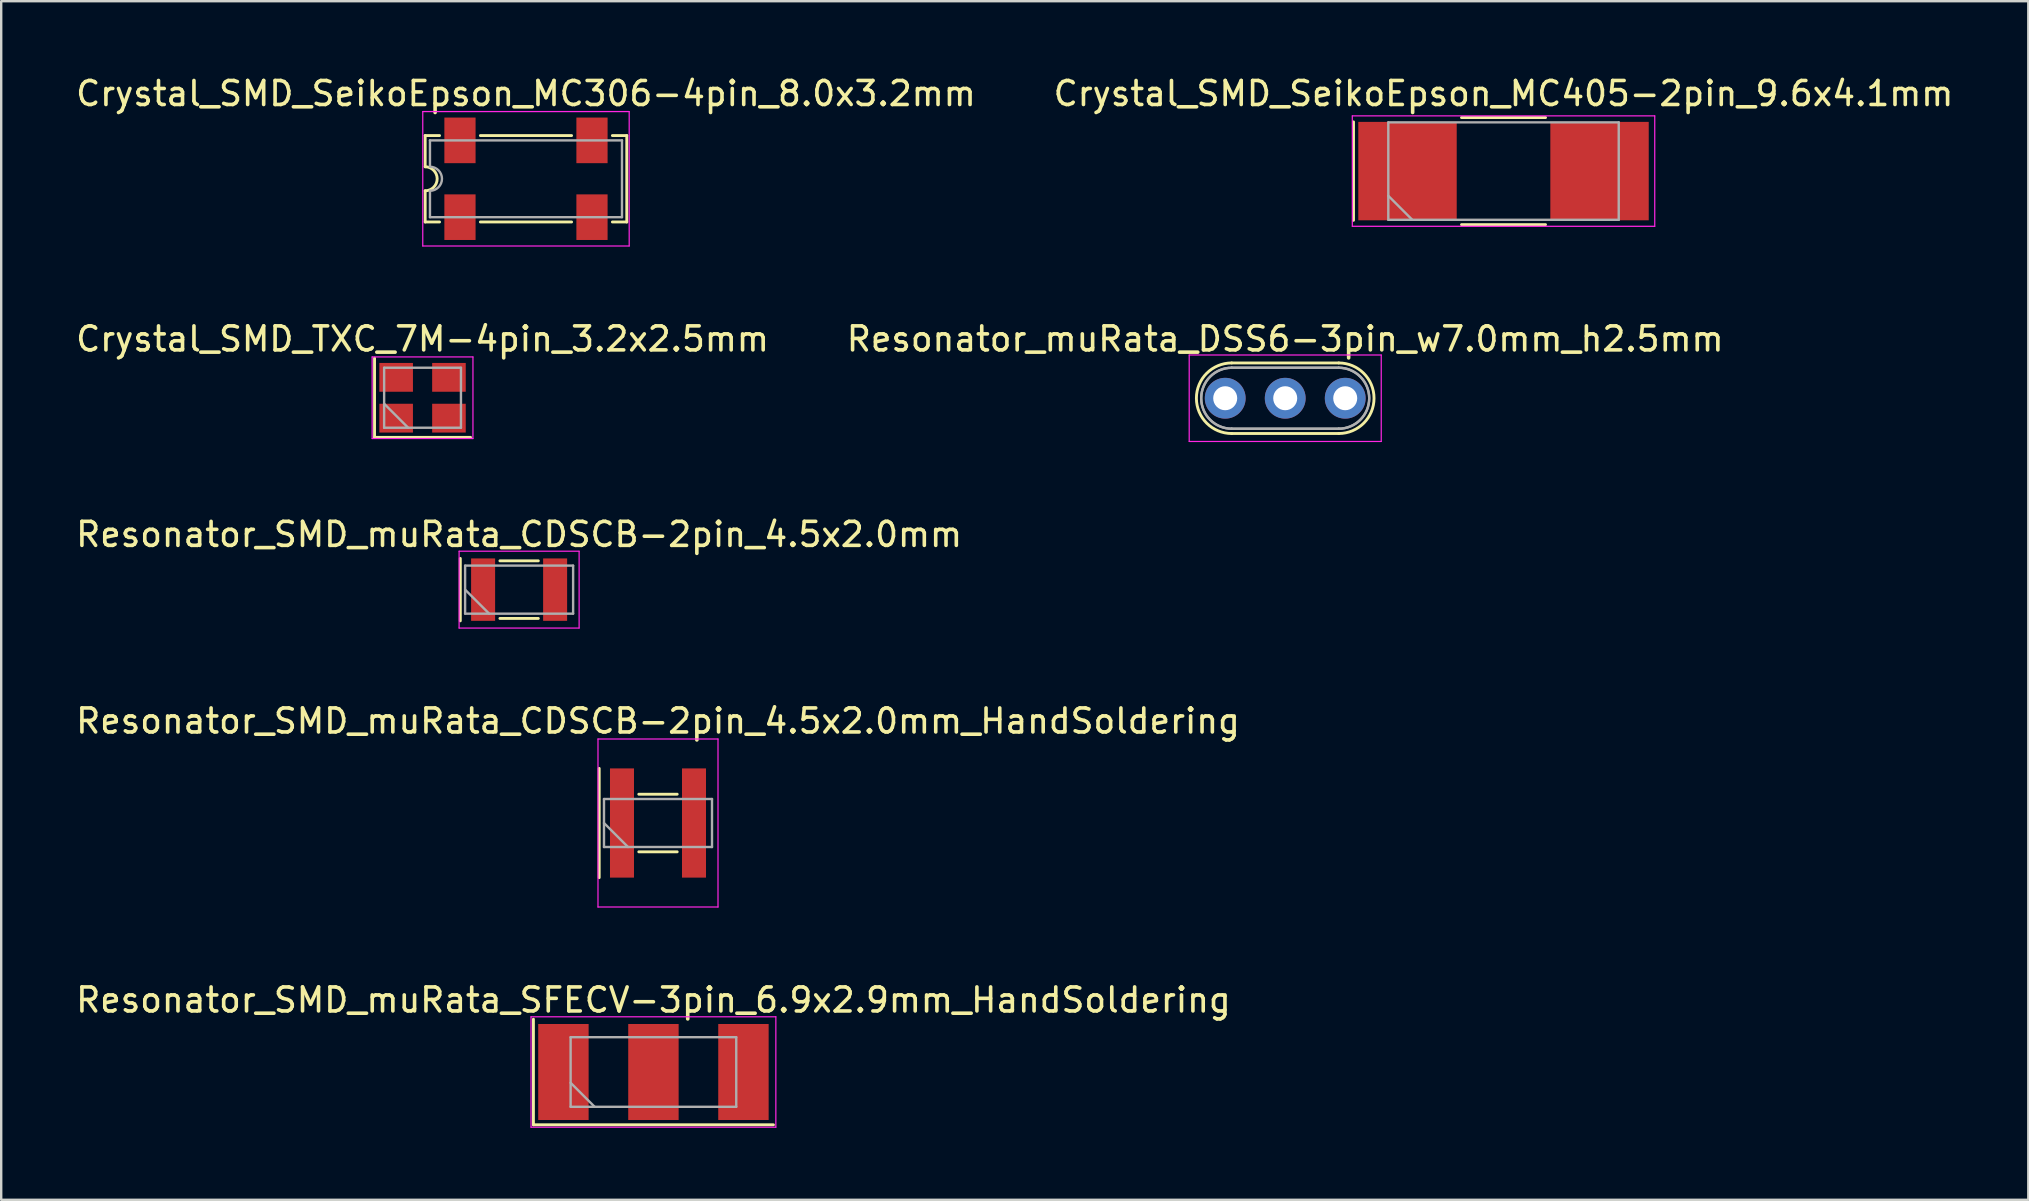
<source format=kicad_pcb>
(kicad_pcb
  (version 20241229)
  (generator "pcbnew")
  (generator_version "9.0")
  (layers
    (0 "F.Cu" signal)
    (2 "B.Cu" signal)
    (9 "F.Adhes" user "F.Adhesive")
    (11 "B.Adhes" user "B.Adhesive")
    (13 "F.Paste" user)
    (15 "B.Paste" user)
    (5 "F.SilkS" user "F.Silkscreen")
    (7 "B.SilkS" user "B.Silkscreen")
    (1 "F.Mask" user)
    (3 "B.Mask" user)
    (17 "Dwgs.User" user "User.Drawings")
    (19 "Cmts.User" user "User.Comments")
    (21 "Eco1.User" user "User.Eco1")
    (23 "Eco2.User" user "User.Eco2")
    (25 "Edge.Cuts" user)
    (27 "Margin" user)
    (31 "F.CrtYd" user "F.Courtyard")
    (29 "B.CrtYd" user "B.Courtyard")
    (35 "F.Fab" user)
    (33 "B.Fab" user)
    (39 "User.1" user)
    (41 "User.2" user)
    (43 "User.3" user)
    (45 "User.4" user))
  (footprint "Resonator_SMD_muRata_CDSCB-2pin_4.5x2.0mm_HandSoldering"
    (layer "F.Cu")
    (at 24.363 31.238)
    (property "Reference" "Resonator_SMD_muRata_CDSCB-2pin_4.5x2.0mm_HandSoldering" (at 0 -4.25 0) (layer "F.SilkS") (effects (font (size 1 1) (thickness 0.15))))
    (attr smd)
    (fp_line (start -2.45 -2.275) (end -2.45 2.275) (stroke (width 0.12) (type solid)) (layer "F.SilkS"))
    (fp_line (start -0.8 -1.2) (end 0.8 -1.2) (stroke (width 0.12) (type solid)) (layer "F.SilkS"))
    (fp_line (start -0.8 1.2) (end 0.8 1.2) (stroke (width 0.12) (type solid)) (layer "F.SilkS"))
    (fp_line (start -2.5 -3.5) (end -2.5 3.5) (stroke (width 0.05) (type solid)) (layer "F.CrtYd"))
    (fp_line (start -2.5 3.5) (end 2.5 3.5) (stroke (width 0.05) (type solid)) (layer "F.CrtYd"))
    (fp_line (start 2.5 -3.5) (end -2.5 -3.5) (stroke (width 0.05) (type solid)) (layer "F.CrtYd"))
    (fp_line (start 2.5 3.5) (end 2.5 -3.5) (stroke (width 0.05) (type solid)) (layer "F.CrtYd"))
    (fp_line (start -2.25 -1) (end -2.25 1) (stroke (width 0.1) (type solid)) (layer "F.Fab"))
    (fp_line (start -2.25 0) (end -1.25 1) (stroke (width 0.1) (type solid)) (layer "F.Fab"))
    (fp_line (start -2.25 1) (end 2.25 1) (stroke (width 0.1) (type solid)) (layer "F.Fab"))
    (fp_line (start 2.25 -1) (end -2.25 -1) (stroke (width 0.1) (type solid)) (layer "F.Fab"))
    (fp_line (start 2.25 1) (end 2.25 -1) (stroke (width 0.1) (type solid)) (layer "F.Fab"))
    (pad "1" smd rect (at -1.5 0) (size 1 4.55) (layers "F.Cu" "F.Mask"))
    (pad "2" smd rect (at 1.5 0) (size 1 4.55) (layers "F.Cu" "F.Mask")))
  (footprint "Resonator_SMD_muRata_SFECV-3pin_6.9x2.9mm_HandSoldering"
    (layer "F.Cu")
    (at 24.173 41.611)
    (property "Reference" "Resonator_SMD_muRata_SFECV-3pin_6.9x2.9mm_HandSoldering" (at 0 -3 0) (layer "F.SilkS") (effects (font (size 1 1) (thickness 0.15))))
    (attr smd)
    (fp_line (start -5 -2.2) (end -5 2.2) (stroke (width 0.12) (type solid)) (layer "F.SilkS"))
    (fp_line (start -5 2.2) (end 5 2.2) (stroke (width 0.12) (type solid)) (layer "F.SilkS"))
    (fp_line (start -5.1 -2.3) (end -5.1 2.3) (stroke (width 0.05) (type solid)) (layer "F.CrtYd"))
    (fp_line (start -5.1 2.3) (end 5.1 2.3) (stroke (width 0.05) (type solid)) (layer "F.CrtYd"))
    (fp_line (start 5.1 -2.3) (end -5.1 -2.3) (stroke (width 0.05) (type solid)) (layer "F.CrtYd"))
    (fp_line (start 5.1 2.3) (end 5.1 -2.3) (stroke (width 0.05) (type solid)) (layer "F.CrtYd"))
    (fp_line (start -3.45 -1.45) (end -3.45 1.45) (stroke (width 0.1) (type solid)) (layer "F.Fab"))
    (fp_line (start -3.45 0.45) (end -2.45 1.45) (stroke (width 0.1) (type solid)) (layer "F.Fab"))
    (fp_line (start -3.45 1.45) (end 3.45 1.45) (stroke (width 0.1) (type solid)) (layer "F.Fab"))
    (fp_line (start 3.45 -1.45) (end -3.45 -1.45) (stroke (width 0.1) (type solid)) (layer "F.Fab"))
    (fp_line (start 3.45 1.45) (end 3.45 -1.45) (stroke (width 0.1) (type solid)) (layer "F.Fab"))
    (pad "1" smd rect (at -3.75 0) (size 2.1 4) (layers "F.Cu" "F.Mask"))
    (pad "2" smd rect (at 0 0) (size 2.1 4) (layers "F.Cu" "F.Mask"))
    (pad "3" smd rect (at 3.75 0) (size 2.1 4) (layers "F.Cu" "F.Mask")))
  (footprint "Crystal_SMD_TXC_7M-4pin_3.2x2.5mm"
    (layer "F.Cu")
    (at 14.554 13.521)
    (property "Reference" "Crystal_SMD_TXC_7M-4pin_3.2x2.5mm" (at 0 -2.45 0) (layer "F.SilkS") (effects (font (size 1 1) (thickness 0.15))))
    (attr smd)
    (fp_line (start -2 -1.65) (end -2 1.65) (stroke (width 0.12) (type solid)) (layer "F.SilkS"))
    (fp_line (start -2 1.65) (end 2 1.65) (stroke (width 0.12) (type solid)) (layer "F.SilkS"))
    (fp_line (start -2.1 -1.7) (end -2.1 1.7) (stroke (width 0.05) (type solid)) (layer "F.CrtYd"))
    (fp_line (start -2.1 1.7) (end 2.1 1.7) (stroke (width 0.05) (type solid)) (layer "F.CrtYd"))
    (fp_line (start 2.1 -1.7) (end -2.1 -1.7) (stroke (width 0.05) (type solid)) (layer "F.CrtYd"))
    (fp_line (start 2.1 1.7) (end 2.1 -1.7) (stroke (width 0.05) (type solid)) (layer "F.CrtYd"))
    (fp_line (start -1.6 -1.25) (end -1.6 1.25) (stroke (width 0.1) (type solid)) (layer "F.Fab"))
    (fp_line (start -1.6 0.25) (end -0.6 1.25) (stroke (width 0.1) (type solid)) (layer "F.Fab"))
    (fp_line (start -1.6 1.25) (end 1.6 1.25) (stroke (width 0.1) (type solid)) (layer "F.Fab"))
    (fp_line (start 1.6 -1.25) (end -1.6 -1.25) (stroke (width 0.1) (type solid)) (layer "F.Fab"))
    (fp_line (start 1.6 1.25) (end 1.6 -1.25) (stroke (width 0.1) (type solid)) (layer "F.Fab"))
    (pad "1" smd rect (at -1.1 0.85) (size 1.4 1.2) (layers "F.Cu" "F.Mask"))
    (pad "2" smd rect (at 1.1 0.85) (size 1.4 1.2) (layers "F.Cu" "F.Mask"))
    (pad "3" smd rect (at 1.1 -0.85) (size 1.4 1.2) (layers "F.Cu" "F.Mask"))
    (pad "4" smd rect (at -1.1 -0.85) (size 1.4 1.2) (layers "F.Cu" "F.Mask")))
  (footprint "Resonator_SMD_muRata_CDSCB-2pin_4.5x2.0mm"
    (layer "F.Cu")
    (at 18.577 21.515)
    (property "Reference" "Resonator_SMD_muRata_CDSCB-2pin_4.5x2.0mm" (at 0 -2.3 0) (layer "F.SilkS") (effects (font (size 1 1) (thickness 0.15))))
    (attr smd)
    (fp_line (start -2.45 -1.3) (end -2.45 1.3) (stroke (width 0.12) (type solid)) (layer "F.SilkS"))
    (fp_line (start -0.8 -1.2) (end 0.8 -1.2) (stroke (width 0.12) (type solid)) (layer "F.SilkS"))
    (fp_line (start -0.8 1.2) (end 0.8 1.2) (stroke (width 0.12) (type solid)) (layer "F.SilkS"))
    (fp_line (start -2.5 -1.6) (end -2.5 1.6) (stroke (width 0.05) (type solid)) (layer "F.CrtYd"))
    (fp_line (start -2.5 1.6) (end 2.5 1.6) (stroke (width 0.05) (type solid)) (layer "F.CrtYd"))
    (fp_line (start 2.5 -1.6) (end -2.5 -1.6) (stroke (width 0.05) (type solid)) (layer "F.CrtYd"))
    (fp_line (start 2.5 1.6) (end 2.5 -1.6) (stroke (width 0.05) (type solid)) (layer "F.CrtYd"))
    (fp_line (start -2.25 -1) (end -2.25 1) (stroke (width 0.1) (type solid)) (layer "F.Fab"))
    (fp_line (start -2.25 0) (end -1.25 1) (stroke (width 0.1) (type solid)) (layer "F.Fab"))
    (fp_line (start -2.25 1) (end 2.25 1) (stroke (width 0.1) (type solid)) (layer "F.Fab"))
    (fp_line (start 2.25 -1) (end -2.25 -1) (stroke (width 0.1) (type solid)) (layer "F.Fab"))
    (fp_line (start 2.25 1) (end 2.25 -1) (stroke (width 0.1) (type solid)) (layer "F.Fab"))
    (pad "1" smd rect (at -1.5 0) (size 1 2.6) (layers "F.Cu" "F.Mask"))
    (pad "2" smd rect (at 1.5 0) (size 1 2.6) (layers "F.Cu" "F.Mask")))
  (footprint "Crystal_SMD_SeikoEpson_MC306-4pin_8.0x3.2mm"
    (layer "F.Cu")
    (at 18.863 4.398)
    (property "Reference" "Crystal_SMD_SeikoEpson_MC306-4pin_8.0x3.2mm" (at 0 -3.55 0) (layer "F.SilkS") (effects (font (size 1 1) (thickness 0.15))))
    (attr smd)
    (fp_line (start -4.2 -1.8) (end -3.6 -1.8) (stroke (width 0.12) (type solid)) (layer "F.SilkS"))
    (fp_line (start -4.2 -0.5) (end -4.2 -1.8) (stroke (width 0.12) (type solid)) (layer "F.SilkS"))
    (fp_line (start -4.2 1.8) (end -4.2 0.5) (stroke (width 0.12) (type solid)) (layer "F.SilkS"))
    (fp_line (start -4.2 1.8) (end -3.6 1.8) (stroke (width 0.12) (type solid)) (layer "F.SilkS"))
    (fp_line (start -1.9 -1.8) (end 1.9 -1.8) (stroke (width 0.12) (type solid)) (layer "F.SilkS"))
    (fp_line (start 1.9 1.8) (end -1.9 1.8) (stroke (width 0.12) (type solid)) (layer "F.SilkS"))
    (fp_line (start 3.6 -1.8) (end 4.2 -1.8) (stroke (width 0.12) (type solid)) (layer "F.SilkS"))
    (fp_line (start 4.2 -1.8) (end 4.2 1.8) (stroke (width 0.12) (type solid)) (layer "F.SilkS"))
    (fp_line (start 4.2 1.8) (end 3.6 1.8) (stroke (width 0.12) (type solid)) (layer "F.SilkS"))
    (fp_arc (start -4.2 -0.5) (mid -3.7 0) (end -4.2 0.5) (stroke (width 0.12) (type solid)) (layer "F.SilkS"))
    (fp_line (start -4.3 -2.8) (end -4.3 2.8) (stroke (width 0.05) (type solid)) (layer "F.CrtYd"))
    (fp_line (start -4.3 2.8) (end 4.3 2.8) (stroke (width 0.05) (type solid)) (layer "F.CrtYd"))
    (fp_line (start 4.3 -2.8) (end -4.3 -2.8) (stroke (width 0.05) (type solid)) (layer "F.CrtYd"))
    (fp_line (start 4.3 2.8) (end 4.3 -2.8) (stroke (width 0.05) (type solid)) (layer "F.CrtYd"))
    (fp_line (start -4 -1.6) (end 4 -1.6) (stroke (width 0.1) (type solid)) (layer "F.Fab"))
    (fp_line (start -4 -0.5) (end -4 -1.6) (stroke (width 0.1) (type solid)) (layer "F.Fab"))
    (fp_line (start -4 1.6) (end -4 0.5) (stroke (width 0.1) (type solid)) (layer "F.Fab"))
    (fp_line (start 4 -1.6) (end 4 1.6) (stroke (width 0.1) (type solid)) (layer "F.Fab"))
    (fp_line (start 4 1.6) (end -4 1.6) (stroke (width 0.1) (type solid)) (layer "F.Fab"))
    (fp_arc (start -4 -0.5) (mid -3.5 0) (end -4 0.5) (stroke (width 0.1) (type solid)) (layer "F.Fab"))
    (pad "1" smd rect (at -2.75 1.6) (size 1.3 1.9) (layers "F.Cu" "F.Mask"))
    (pad "2" smd rect (at 2.75 1.6) (size 1.3 1.9) (layers "F.Cu" "F.Mask"))
    (pad "3" smd rect (at 2.75 -1.6) (size 1.3 1.9) (layers "F.Cu" "F.Mask"))
    (pad "4" smd rect (at -2.75 -1.6) (size 1.3 1.9) (layers "F.Cu" "F.Mask")))
  (footprint "Resonator_muRata_DSS6-3pin_w7.0mm_h2.5mm"
    (layer "F.Cu")
    (at 47.994 13.541)
    (property "Reference" "Resonator_muRata_DSS6-3pin_w7.0mm_h2.5mm" (at 2.5 -2.47 0) (layer "F.SilkS") (effects (font (size 1 1) (thickness 0.15))))
    (attr through_hole)
    (fp_line (start 0.27 -1.47) (end 4.73 -1.47) (stroke (width 0.12) (type solid)) (layer "F.SilkS"))
    (fp_line (start 0.27 1.47) (end 4.73 1.47) (stroke (width 0.12) (type solid)) (layer "F.SilkS"))
    (fp_arc (start 0.27 1.47) (mid -1.2 0) (end 0.27 -1.47) (stroke (width 0.12) (type solid)) (layer "F.SilkS"))
    (fp_arc (start 4.73 -1.47) (mid 6.2 0) (end 4.73 1.47) (stroke (width 0.12) (type solid)) (layer "F.SilkS"))
    (fp_line (start -1.5 -1.8) (end -1.5 1.8) (stroke (width 0.05) (type solid)) (layer "F.CrtYd"))
    (fp_line (start -1.5 1.8) (end 6.5 1.8) (stroke (width 0.05) (type solid)) (layer "F.CrtYd"))
    (fp_line (start 6.5 -1.8) (end -1.5 -1.8) (stroke (width 0.05) (type solid)) (layer "F.CrtYd"))
    (fp_line (start 6.5 1.8) (end 6.5 -1.8) (stroke (width 0.05) (type solid)) (layer "F.CrtYd"))
    (fp_line (start 0.27 -1.27) (end 4.73 -1.27) (stroke (width 0.1) (type solid)) (layer "F.Fab"))
    (fp_line (start 0.27 -1.27) (end 4.73 -1.27) (stroke (width 0.1) (type solid)) (layer "F.Fab"))
    (fp_line (start 0.27 1.27) (end 4.73 1.27) (stroke (width 0.1) (type solid)) (layer "F.Fab"))
    (fp_line (start 0.27 1.27) (end 4.73 1.27) (stroke (width 0.1) (type solid)) (layer "F.Fab"))
    (fp_arc (start 0.27 1.27) (mid -1 0) (end 0.27 -1.27) (stroke (width 0.1) (type solid)) (layer "F.Fab"))
    (fp_arc (start 0.27 1.27) (mid -1 0) (end 0.27 -1.27) (stroke (width 0.1) (type solid)) (layer "F.Fab"))
    (fp_arc (start 4.73 -1.27) (mid 6 0) (end 4.73 1.27) (stroke (width 0.1) (type solid)) (layer "F.Fab"))
    (fp_arc (start 4.73 -1.27) (mid 6 0) (end 4.73 1.27) (stroke (width 0.1) (type solid)) (layer "F.Fab"))
    (pad "1" thru_hole circle (at 0 0) (size 1.7 1.7) (drill 1) (layers "*.Cu" "*.Mask"))
    (pad "2" thru_hole circle (at 2.5 0) (size 1.7 1.7) (drill 1) (layers "*.Cu" "*.Mask"))
    (pad "3" thru_hole circle (at 5 0) (size 1.7 1.7) (drill 1) (layers "*.Cu" "*.Mask")))
  (footprint "Crystal_SMD_SeikoEpson_MC405-2pin_9.6x4.1mm"
    (layer "F.Cu")
    (at 59.589 4.078)
    (property "Reference" "Crystal_SMD_SeikoEpson_MC405-2pin_9.6x4.1mm" (at 0 -3.23 0) (layer "F.SilkS") (effects (font (size 1 1) (thickness 0.15))))
    (attr smd)
    (fp_line (start -6.25 -2.05) (end -6.25 2.05) (stroke (width 0.12) (type solid)) (layer "F.SilkS"))
    (fp_line (start -1.75 -2.23) (end 1.75 -2.23) (stroke (width 0.12) (type solid)) (layer "F.SilkS"))
    (fp_line (start -1.75 2.23) (end 1.75 2.23) (stroke (width 0.12) (type solid)) (layer "F.SilkS"))
    (fp_line (start -6.3 -2.3) (end -6.3 2.3) (stroke (width 0.05) (type solid)) (layer "F.CrtYd"))
    (fp_line (start -6.3 2.3) (end 6.3 2.3) (stroke (width 0.05) (type solid)) (layer "F.CrtYd"))
    (fp_line (start 6.3 -2.3) (end -6.3 -2.3) (stroke (width 0.05) (type solid)) (layer "F.CrtYd"))
    (fp_line (start 6.3 2.3) (end 6.3 -2.3) (stroke (width 0.05) (type solid)) (layer "F.CrtYd"))
    (fp_line (start -4.8 -2.03) (end -4.8 2.03) (stroke (width 0.1) (type solid)) (layer "F.Fab"))
    (fp_line (start -4.8 1.03) (end -3.8 2.03) (stroke (width 0.1) (type solid)) (layer "F.Fab"))
    (fp_line (start -4.8 2.03) (end 4.8 2.03) (stroke (width 0.1) (type solid)) (layer "F.Fab"))
    (fp_line (start 4.8 -2.03) (end -4.8 -2.03) (stroke (width 0.1) (type solid)) (layer "F.Fab"))
    (fp_line (start 4.8 2.03) (end 4.8 -2.03) (stroke (width 0.1) (type solid)) (layer "F.Fab"))
    (pad "1" smd rect (at -4 0) (size 4.1 4.1) (layers "F.Cu" "F.Mask"))
    (pad "2" smd rect (at 4 0) (size 4.1 4.1) (layers "F.Cu" "F.Mask")))
  (gr_rect
    (start -3 -3)
    (end 81.452 46.936)
    (stroke (width 0.1) (type default))
    (fill no)
    (layer "Edge.Cuts")))
</source>
